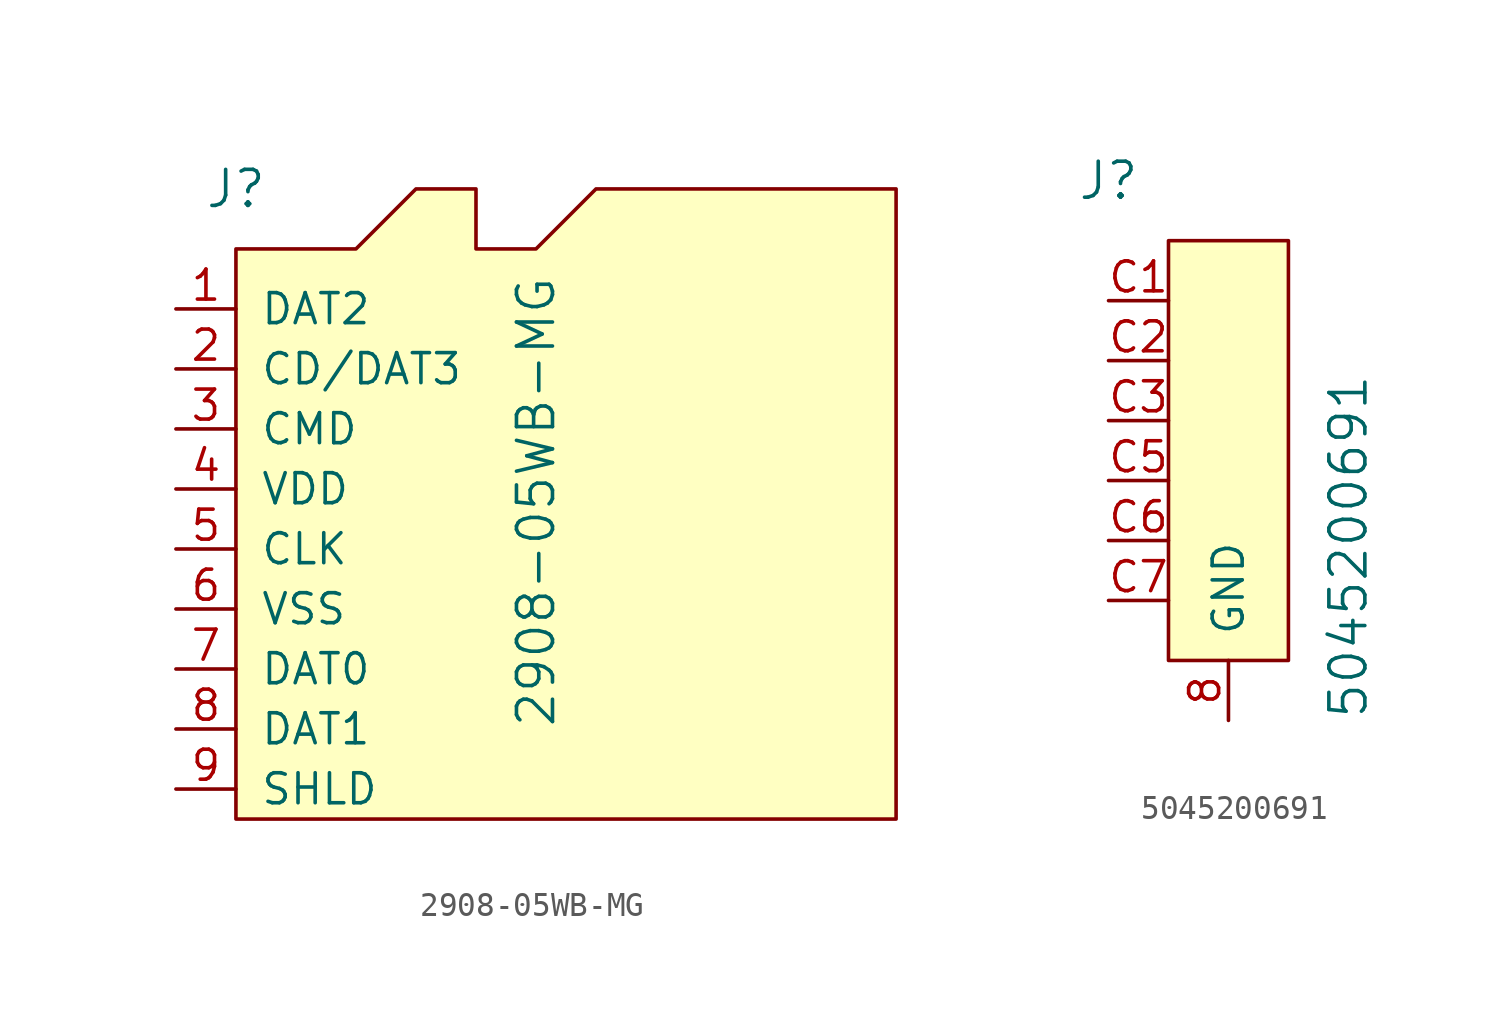
<source format=kicad_sym>
(kicad_symbol_lib
  (version 20220914)
  (generator kicad_symbol_editor)
  (symbol "2908-05WB-MG"
    (pin_names
      (offset 1.016))
    (property "Reference" "J"
      (at -12.7 12.7 0)
      (effects (font (size 1.524 1.524))))
    (property "Value" "2908-05WB-MG"
      (at 0 -10.16 90)
      (effects (font (size 1.524 1.524)) (justify left)))
    (symbol "2908-05WB-MG_0_1"
      (polyline (pts (xy -12.7 -13.97) (xy -12.7 10.16) (xy -7.62 10.16) (xy -5.08 12.7) (xy -2.54 12.7) (xy -2.54 10.16) (xy 0 10.16) (xy 2.54 12.7) (xy 15.24 12.7) (xy 15.24 -13.97) (xy -12.7 -13.97)) (stroke (width 0) (type default)) (fill (type background))))
    (symbol "2908-05WB-MG_1_1"
      (pin bidirectional line (at -15.24 7.62 0) (length 2.54) (name "DAT2" (effects (font (size 1.27 1.27)))) (number "1" (effects (font (size 1.27 1.27)))))
      (pin bidirectional line (at -15.24 5.08 0) (length 2.54) (name "CD/DAT3" (effects (font (size 1.27 1.27)))) (number "2" (effects (font (size 1.27 1.27)))))
      (pin bidirectional line (at -15.24 2.54 0) (length 2.54) (name "CMD" (effects (font (size 1.27 1.27)))) (number "3" (effects (font (size 1.27 1.27)))))
      (pin power_in line (at -15.24 0 0) (length 2.54) (name "VDD" (effects (font (size 1.27 1.27)))) (number "4" (effects (font (size 1.27 1.27)))))
      (pin output line (at -15.24 -2.54 0) (length 2.54) (name "CLK" (effects (font (size 1.27 1.27)))) (number "5" (effects (font (size 1.27 1.27)))))
      (pin power_in line (at -15.24 -5.08 0) (length 2.54) (name "VSS" (effects (font (size 1.27 1.27)))) (number "6" (effects (font (size 1.27 1.27)))))
      (pin bidirectional line (at -15.24 -7.62 0) (length 2.54) (name "DAT0" (effects (font (size 1.27 1.27)))) (number "7" (effects (font (size 1.27 1.27)))))
      (pin bidirectional line (at -15.24 -10.16 0) (length 2.54) (name "DAT1" (effects (font (size 1.27 1.27)))) (number "8" (effects (font (size 1.27 1.27)))))
      (pin passive line (at -15.24 -12.7 0) (length 2.54) (name "SHLD" (effects (font (size 1.27 1.27)))) (number "9" (effects (font (size 1.27 1.27)))))))
  (symbol "5045200691"
    (pin_names
      (offset 1.016))
    (property "Reference" "J"
      (at -5.08 10.16 0)
      (effects (font (size 1.524 1.524))))
    (property "Value" "5045200691"
      (at 5.08 -12.7 90)
      (effects (font (size 1.524 1.524)) (justify left)))
    (symbol "5045200691_0_1"
      (rectangle (start -2.54 7.62) (end 2.54 -10.16) (stroke (width 0) (type default)) (fill (type background))))
    (symbol "5045200691_1_1"
      (pin power_in line (at 0 -12.7 90) (length 2.54) (name "GND" (effects (font (size 1.27 1.27)))) (number "8" (effects (font (size 1.27 1.27)))))
      (pin power_in line (at -5.08 5.08 0) (length 2.54) (name "~" (effects (font (size 1.27 1.27)))) (number "C1" (effects (font (size 1.27 1.27)))))
      (pin input line (at -5.08 2.54 0) (length 2.54) (name "~" (effects (font (size 1.27 1.27)))) (number "C2" (effects (font (size 1.27 1.27)))))
      (pin input line (at -5.08 0 0) (length 2.54) (name "~" (effects (font (size 1.27 1.27)))) (number "C3" (effects (font (size 1.27 1.27)))))
      (pin power_in line (at -5.08 -2.54 0) (length 2.54) (name "~" (effects (font (size 1.27 1.27)))) (number "C5" (effects (font (size 1.27 1.27)))))
      (pin power_in line (at -5.08 -5.08 0) (length 2.54) (name "~" (effects (font (size 1.27 1.27)))) (number "C6" (effects (font (size 1.27 1.27)))))
      (pin bidirectional line (at -5.08 -7.62 0) (length 2.54) (name "~" (effects (font (size 1.27 1.27)))) (number "C7" (effects (font (size 1.27 1.27))))))))
</source>
